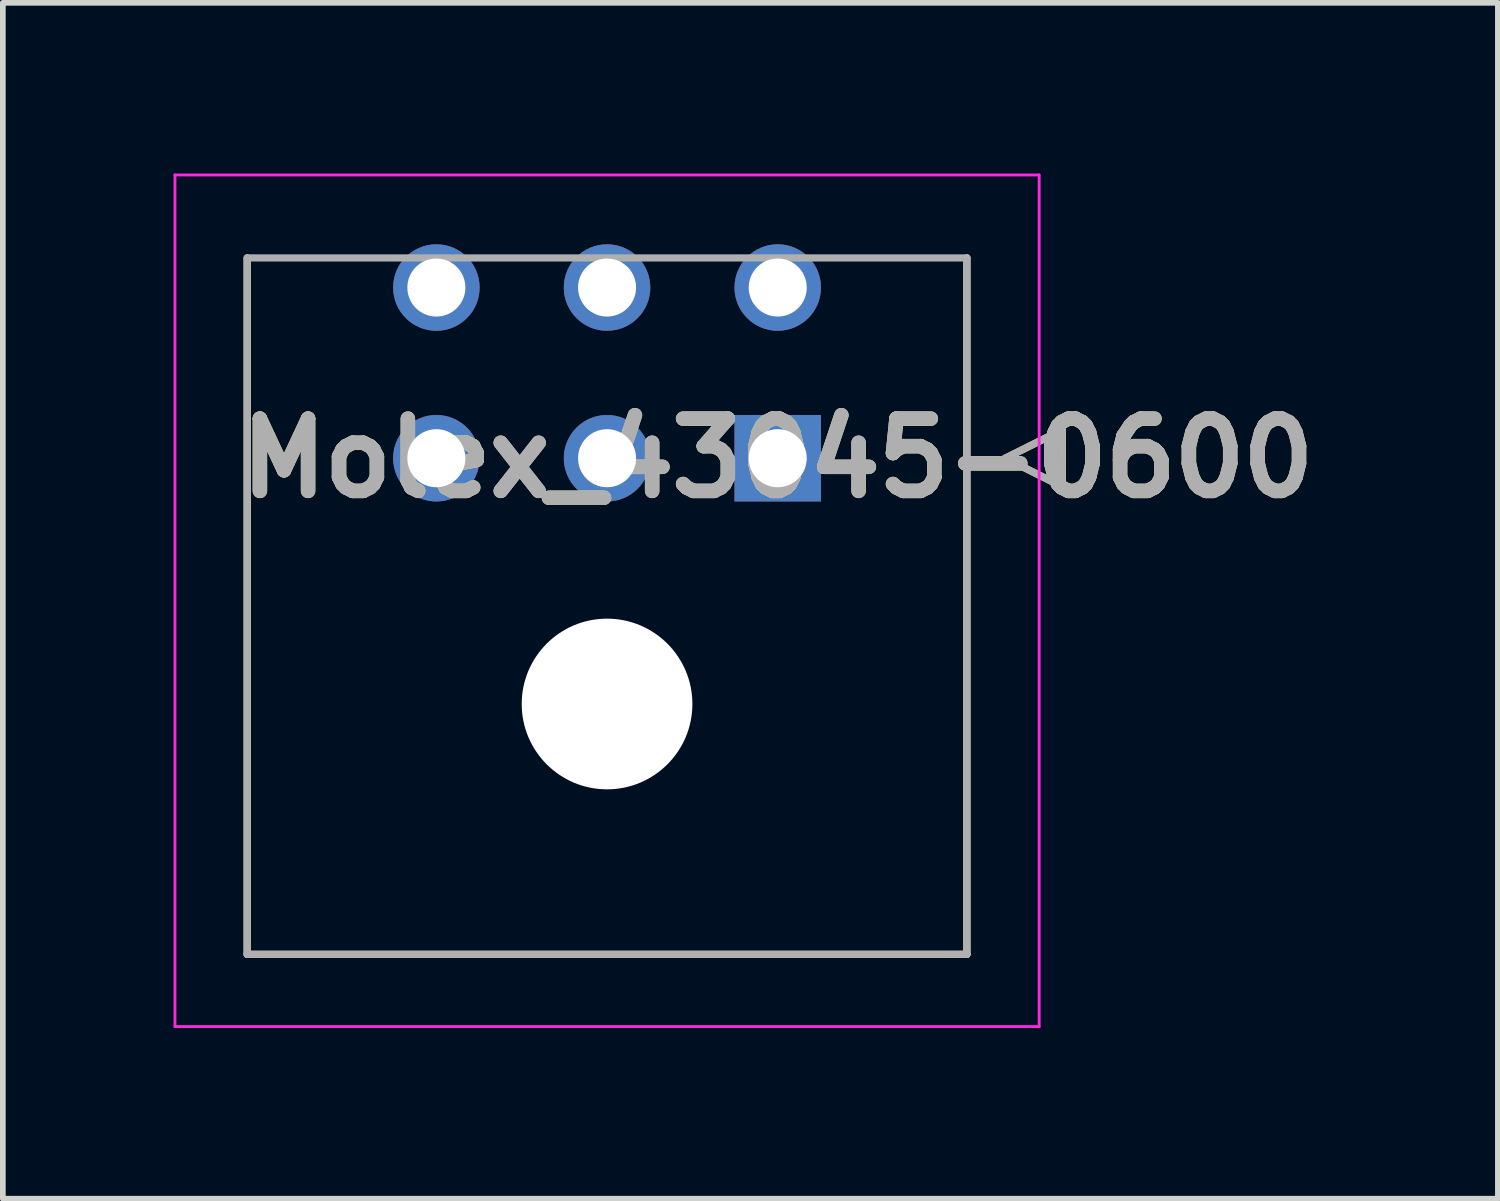
<source format=kicad_pcb>
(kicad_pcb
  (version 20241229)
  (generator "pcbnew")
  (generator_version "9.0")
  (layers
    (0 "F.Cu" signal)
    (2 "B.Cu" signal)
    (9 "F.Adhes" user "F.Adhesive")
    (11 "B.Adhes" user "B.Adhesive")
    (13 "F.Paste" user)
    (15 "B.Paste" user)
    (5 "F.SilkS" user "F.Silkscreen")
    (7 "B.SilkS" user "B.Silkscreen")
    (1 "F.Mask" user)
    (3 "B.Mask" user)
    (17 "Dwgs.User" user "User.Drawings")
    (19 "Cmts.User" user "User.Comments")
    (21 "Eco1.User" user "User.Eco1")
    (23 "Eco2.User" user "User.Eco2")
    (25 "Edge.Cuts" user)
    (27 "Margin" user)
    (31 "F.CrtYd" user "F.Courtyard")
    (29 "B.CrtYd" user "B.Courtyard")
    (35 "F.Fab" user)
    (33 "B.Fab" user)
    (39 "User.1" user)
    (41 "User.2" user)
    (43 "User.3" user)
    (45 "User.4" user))
  (footprint "Molex_43045-0600"
    (layer "F.Cu")
    (at 10.62 5.004)
    (property "Reference" "Molex_43045-0600" (at 0 0 0) (layer "F.SilkS") (effects (font (size 1.27 1.27) (thickness 0.254))))
    (attr through_hole)
    (fp_line (start -9.325 8.72) (end -9.325 -3.52) (stroke (width 0.127) (type solid)) (layer "F.SilkS"))
    (fp_line (start 3.325 -3.52) (end 3.325 8.72) (stroke (width 0.127) (type solid)) (layer "F.SilkS"))
    (fp_line (start 3.325 8.72) (end -9.325 8.72) (stroke (width 0.127) (type solid)) (layer "F.SilkS"))
    (fp_line (start 4 0) (end 5 -0.5) (stroke (width 0.127) (type solid)) (layer "F.SilkS"))
    (fp_line (start 5 -0.5) (end 5 0.5) (stroke (width 0.127) (type solid)) (layer "F.SilkS"))
    (fp_line (start 5 0.5) (end 4 0) (stroke (width 0.127) (type solid)) (layer "F.SilkS"))
    (fp_line (start -10.595 -4.979) (end 4.595 -4.979) (stroke (width 0.05) (type solid)) (layer "F.CrtYd"))
    (fp_line (start -10.595 9.99) (end -10.595 -4.979) (stroke (width 0.05) (type solid)) (layer "F.CrtYd"))
    (fp_line (start 4.595 -4.979) (end 4.595 9.99) (stroke (width 0.05) (type solid)) (layer "F.CrtYd"))
    (fp_line (start 4.595 9.99) (end -10.595 9.99) (stroke (width 0.05) (type solid)) (layer "F.CrtYd"))
    (fp_line (start -9.325 -3.52) (end 3.325 -3.52) (stroke (width 0.127) (type solid)) (layer "F.Fab"))
    (fp_line (start -9.325 8.72) (end -9.325 -3.52) (stroke (width 0.127) (type solid)) (layer "F.Fab"))
    (fp_line (start 3.325 -3.52) (end 3.325 8.72) (stroke (width 0.127) (type solid)) (layer "F.Fab"))
    (fp_line (start 3.325 8.72) (end -9.325 8.72) (stroke (width 0.127) (type solid)) (layer "F.Fab"))
    (fp_line (start 4 0) (end 5 -0.5) (stroke (width 0.127) (type solid)) (layer "F.Fab"))
    (fp_line (start 5 -0.5) (end 5 0.5) (stroke (width 0.127) (type solid)) (layer "F.Fab"))
    (fp_line (start 5 0.5) (end 4 0) (stroke (width 0.127) (type solid)) (layer "F.Fab"))
    (fp_text user "${REFERENCE}" (at 0 0 0) (layer "F.Fab") (effects (font (size 1.27 1.27) (thickness 0.254))))
    (pad "" np_thru_hole circle (at -3 4.32) (size 3 3) (drill 3) (layers "*.Cu" "*.Mask"))
    (pad "1" thru_hole rect (at 0 0) (size 1.52 1.52) (drill 1.02) (layers "*.Cu" "*.Mask"))
    (pad "2" thru_hole circle (at -3 0) (size 1.52 1.52) (drill 1.02) (layers "*.Cu" "*.Mask"))
    (pad "3" thru_hole circle (at -6 0) (size 1.52 1.52) (drill 1.02) (layers "*.Cu" "*.Mask"))
    (pad "4" thru_hole circle (at 0 -3) (size 1.52 1.52) (drill 1.02) (layers "*.Cu" "*.Mask"))
    (pad "5" thru_hole circle (at -3 -3) (size 1.52 1.52) (drill 1.02) (layers "*.Cu" "*.Mask"))
    (pad "6" thru_hole circle (at -6 -3) (size 1.52 1.52) (drill 1.02) (layers "*.Cu" "*.Mask")))
  (gr_rect
    (start -3 -3)
    (end 23.278 18.019)
    (stroke (width 0.1) (type default))
    (fill no)
    (layer "Edge.Cuts")))
</source>
